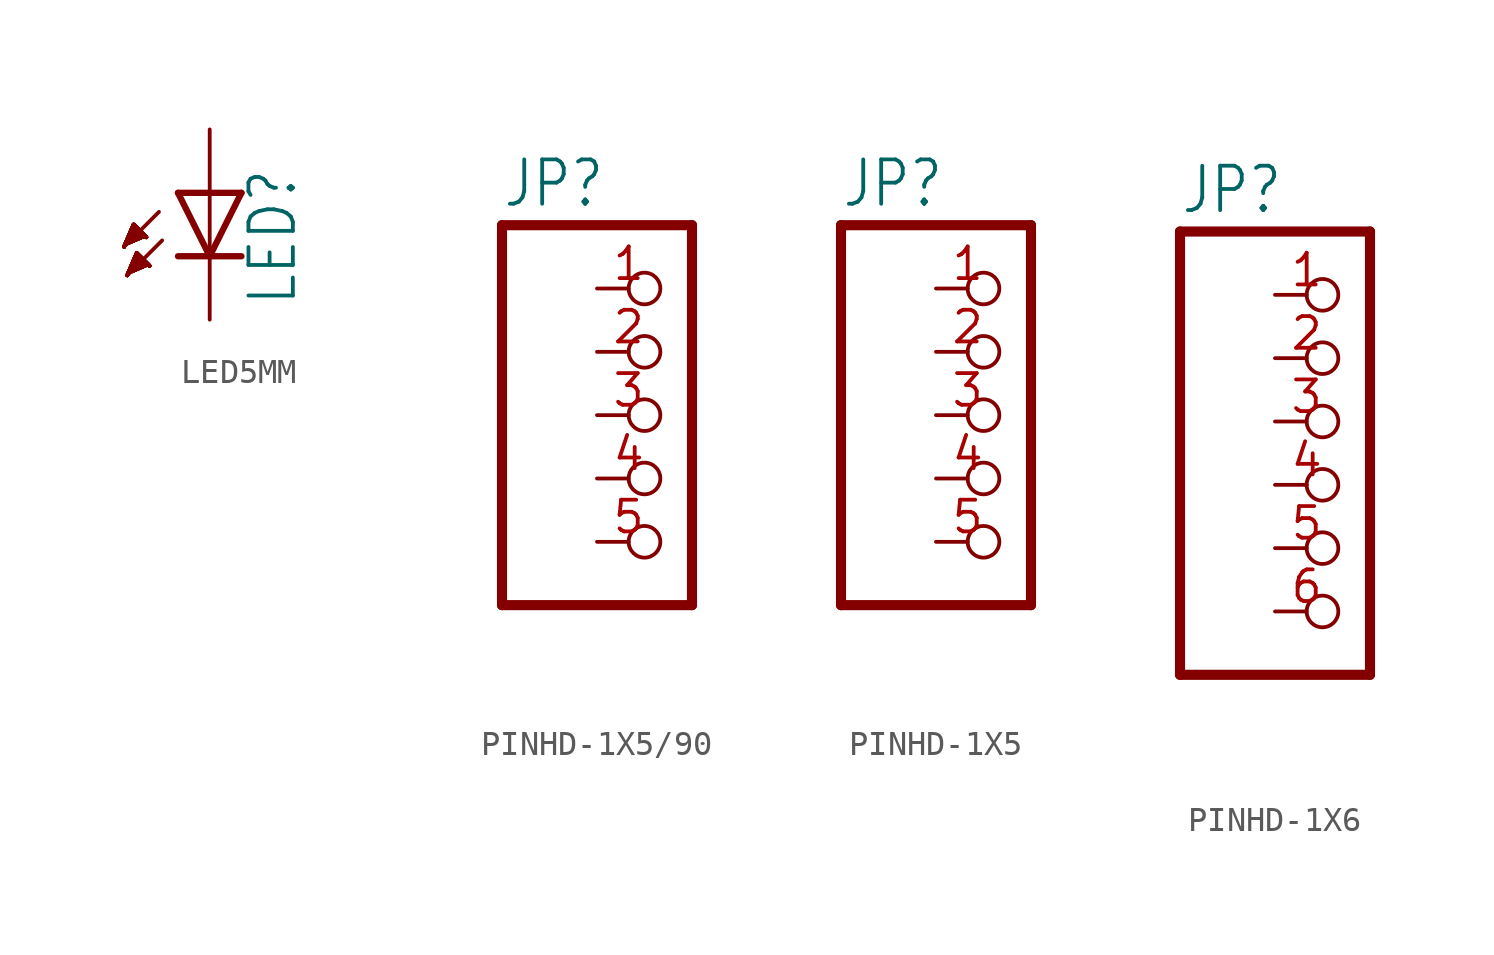
<source format=kicad_sym>
(kicad_symbol_lib
  (version 20220914)
  (generator kicad_symbol_editor)
  (symbol "LED5MM"
    (property "Reference" "LED"
      (at 3.556 -4.572 90)
      (effects (font (size 1.778 1.511)) (justify left bottom)))
    (property "Value" ""
      (at 5.715 -4.572 90)
      (effects (font (size 1.778 1.511)) (justify left bottom)))
    (property "ki_locked" ""
      (at 0 0 0)
      (effects (font (size 1.27 1.27))))
    (symbol "LED5MM_1_0"
      (polyline (pts (xy -2.032 -0.762) (xy -3.429 -2.159)) (stroke (width 0.152) (type solid)) (fill (type none)))
      (polyline (pts (xy -1.905 -1.905) (xy -3.302 -3.302)) (stroke (width 0.152) (type solid)) (fill (type none)))
      (polyline (pts (xy 0 -2.54) (xy -1.27 -2.54)) (stroke (width 0.254) (type solid)) (fill (type none)))
      (polyline (pts (xy 0 -2.54) (xy -1.27 0)) (stroke (width 0.254) (type solid)) (fill (type none)))
      (polyline (pts (xy 0 0) (xy -1.27 0)) (stroke (width 0.254) (type solid)) (fill (type none)))
      (polyline (pts (xy 0 0) (xy 0 -2.54)) (stroke (width 0.152) (type solid)) (fill (type none)))
      (polyline (pts (xy 1.27 -2.54) (xy 0 -2.54)) (stroke (width 0.254) (type solid)) (fill (type none)))
      (polyline (pts (xy 1.27 0) (xy 0 -2.54)) (stroke (width 0.254) (type solid)) (fill (type none)))
      (polyline (pts (xy 1.27 0) (xy 0 0)) (stroke (width 0.254) (type solid)) (fill (type none)))
      (polyline (pts (xy -3.429 -2.159) (xy -3.048 -1.27) (xy -2.54 -1.778)) (stroke (width 0.152) (type solid)) (fill (type outline)))
      (polyline (pts (xy -3.429 -2.159) (xy -3.048 -1.27) (xy -2.54 -1.778)) (stroke (width 0.152) (type solid)) (fill (type outline)))
      (polyline (pts (xy -3.429 -2.159) (xy -3.048 -1.27) (xy -2.54 -1.778)) (stroke (width 0.152) (type solid)) (fill (type outline)))
      (polyline (pts (xy -3.429 -2.159) (xy -3.048 -1.27) (xy -2.54 -1.778)) (stroke (width 0.152) (type solid)) (fill (type outline)))
      (polyline (pts (xy -3.429 -2.159) (xy -3.048 -1.27) (xy -2.54 -1.778)) (stroke (width 0.152) (type solid)) (fill (type outline)))
      (polyline (pts (xy -3.429 -2.159) (xy -3.048 -1.27) (xy -2.54 -1.778)) (stroke (width 0.152) (type solid)) (fill (type outline)))
      (polyline (pts (xy -3.429 -2.159) (xy -3.048 -1.27) (xy -2.54 -1.778)) (stroke (width 0.152) (type solid)) (fill (type outline)))
      (polyline (pts (xy -3.429 -2.159) (xy -3.048 -1.27) (xy -2.54 -1.778)) (stroke (width 0.152) (type solid)) (fill (type outline)))
      (polyline (pts (xy -3.429 -2.159) (xy -3.048 -1.27) (xy -2.54 -1.778)) (stroke (width 0.152) (type solid)) (fill (type outline)))
      (polyline (pts (xy -3.429 -2.159) (xy -3.048 -1.27) (xy -2.54 -1.778)) (stroke (width 0.152) (type solid)) (fill (type outline)))
      (polyline (pts (xy -3.429 -2.159) (xy -3.048 -1.27) (xy -2.54 -1.778)) (stroke (width 0.152) (type solid)) (fill (type outline)))
      (polyline (pts (xy -3.302 -3.302) (xy -2.921 -2.413) (xy -2.413 -2.921)) (stroke (width 0.152) (type solid)) (fill (type outline)))
      (polyline (pts (xy -3.302 -3.302) (xy -2.921 -2.413) (xy -2.413 -2.921)) (stroke (width 0.152) (type solid)) (fill (type outline)))
      (polyline (pts (xy -3.302 -3.302) (xy -2.921 -2.413) (xy -2.413 -2.921)) (stroke (width 0.152) (type solid)) (fill (type outline)))
      (polyline (pts (xy -3.302 -3.302) (xy -2.921 -2.413) (xy -2.413 -2.921)) (stroke (width 0.152) (type solid)) (fill (type outline)))
      (polyline (pts (xy -3.302 -3.302) (xy -2.921 -2.413) (xy -2.413 -2.921)) (stroke (width 0.152) (type solid)) (fill (type outline)))
      (polyline (pts (xy -3.302 -3.302) (xy -2.921 -2.413) (xy -2.413 -2.921)) (stroke (width 0.152) (type solid)) (fill (type outline)))
      (polyline (pts (xy -3.302 -3.302) (xy -2.921 -2.413) (xy -2.413 -2.921)) (stroke (width 0.152) (type solid)) (fill (type outline)))
      (polyline (pts (xy -3.302 -3.302) (xy -2.921 -2.413) (xy -2.413 -2.921)) (stroke (width 0.152) (type solid)) (fill (type outline)))
      (polyline (pts (xy -3.302 -3.302) (xy -2.921 -2.413) (xy -2.413 -2.921)) (stroke (width 0.152) (type solid)) (fill (type outline)))
      (polyline (pts (xy -3.302 -3.302) (xy -2.921 -2.413) (xy -2.413 -2.921)) (stroke (width 0.152) (type solid)) (fill (type outline)))
      (polyline (pts (xy -3.302 -3.302) (xy -2.921 -2.413) (xy -2.413 -2.921)) (stroke (width 0.152) (type solid)) (fill (type outline)))
      (pin passive line (at 0 2.54 270) (length 2.54) (name "A" (effects (font (size 0 0)))) (number "A" (effects (font (size 0 0)))))
      (pin passive line (at 0 -5.08 90) (length 2.54) (name "C" (effects (font (size 0 0)))) (number "K" (effects (font (size 0 0)))))))
  (symbol "PINHD-1X5/90"
    (property "Reference" "JP"
      (at -6.35 8.255 0)
      (effects (font (size 1.778 1.511)) (justify left bottom)))
    (property "Value" ""
      (at -6.35 -10.16 0)
      (effects (font (size 1.778 1.511)) (justify left bottom)))
    (property "ki_locked" ""
      (at 0 0 0)
      (effects (font (size 1.27 1.27))))
    (symbol "PINHD-1X5/90_1_0"
      (polyline (pts (xy -6.35 -7.62) (xy 1.27 -7.62)) (stroke (width 0.406) (type solid)) (fill (type none)))
      (polyline (pts (xy -6.35 7.62) (xy -6.35 -7.62)) (stroke (width 0.406) (type solid)) (fill (type none)))
      (polyline (pts (xy 1.27 -7.62) (xy 1.27 7.62)) (stroke (width 0.406) (type solid)) (fill (type none)))
      (polyline (pts (xy 1.27 7.62) (xy -6.35 7.62)) (stroke (width 0.406) (type solid)) (fill (type none)))
      (pin passive inverted (at -2.54 5.08 0) (length 2.54) (name "1" (effects (font (size 0 0)))) (number "1" (effects (font (size 1.27 1.27)))))
      (pin passive inverted (at -2.54 2.54 0) (length 2.54) (name "2" (effects (font (size 0 0)))) (number "2" (effects (font (size 1.27 1.27)))))
      (pin passive inverted (at -2.54 0 0) (length 2.54) (name "3" (effects (font (size 0 0)))) (number "3" (effects (font (size 1.27 1.27)))))
      (pin passive inverted (at -2.54 -2.54 0) (length 2.54) (name "4" (effects (font (size 0 0)))) (number "4" (effects (font (size 1.27 1.27)))))
      (pin passive inverted (at -2.54 -5.08 0) (length 2.54) (name "5" (effects (font (size 0 0)))) (number "5" (effects (font (size 1.27 1.27)))))))
  (symbol "PINHD-1X5"
    (property "Reference" "JP"
      (at -6.35 8.255 0)
      (effects (font (size 1.778 1.511)) (justify left bottom)))
    (property "Value" ""
      (at -6.35 -10.16 0)
      (effects (font (size 1.778 1.511)) (justify left bottom)))
    (property "ki_locked" ""
      (at 0 0 0)
      (effects (font (size 1.27 1.27))))
    (symbol "PINHD-1X5_1_0"
      (polyline (pts (xy -6.35 -7.62) (xy 1.27 -7.62)) (stroke (width 0.406) (type solid)) (fill (type none)))
      (polyline (pts (xy -6.35 7.62) (xy -6.35 -7.62)) (stroke (width 0.406) (type solid)) (fill (type none)))
      (polyline (pts (xy 1.27 -7.62) (xy 1.27 7.62)) (stroke (width 0.406) (type solid)) (fill (type none)))
      (polyline (pts (xy 1.27 7.62) (xy -6.35 7.62)) (stroke (width 0.406) (type solid)) (fill (type none)))
      (pin passive inverted (at -2.54 5.08 0) (length 2.54) (name "1" (effects (font (size 0 0)))) (number "1" (effects (font (size 1.27 1.27)))))
      (pin passive inverted (at -2.54 2.54 0) (length 2.54) (name "2" (effects (font (size 0 0)))) (number "2" (effects (font (size 1.27 1.27)))))
      (pin passive inverted (at -2.54 0 0) (length 2.54) (name "3" (effects (font (size 0 0)))) (number "3" (effects (font (size 1.27 1.27)))))
      (pin passive inverted (at -2.54 -2.54 0) (length 2.54) (name "4" (effects (font (size 0 0)))) (number "4" (effects (font (size 1.27 1.27)))))
      (pin passive inverted (at -2.54 -5.08 0) (length 2.54) (name "5" (effects (font (size 0 0)))) (number "5" (effects (font (size 1.27 1.27)))))))
  (symbol "PINHD-1X6"
    (property "Reference" "JP"
      (at -6.35 10.795 0)
      (effects (font (size 1.778 1.511)) (justify left bottom)))
    (property "Value" ""
      (at -6.35 -10.16 0)
      (effects (font (size 1.778 1.511)) (justify left bottom)))
    (property "ki_locked" ""
      (at 0 0 0)
      (effects (font (size 1.27 1.27))))
    (symbol "PINHD-1X6_1_0"
      (polyline (pts (xy -6.35 -7.62) (xy 1.27 -7.62)) (stroke (width 0.406) (type solid)) (fill (type none)))
      (polyline (pts (xy -6.35 10.16) (xy -6.35 -7.62)) (stroke (width 0.406) (type solid)) (fill (type none)))
      (polyline (pts (xy 1.27 -7.62) (xy 1.27 10.16)) (stroke (width 0.406) (type solid)) (fill (type none)))
      (polyline (pts (xy 1.27 10.16) (xy -6.35 10.16)) (stroke (width 0.406) (type solid)) (fill (type none)))
      (pin passive inverted (at -2.54 7.62 0) (length 2.54) (name "1" (effects (font (size 0 0)))) (number "1" (effects (font (size 1.27 1.27)))))
      (pin passive inverted (at -2.54 5.08 0) (length 2.54) (name "2" (effects (font (size 0 0)))) (number "2" (effects (font (size 1.27 1.27)))))
      (pin passive inverted (at -2.54 2.54 0) (length 2.54) (name "3" (effects (font (size 0 0)))) (number "3" (effects (font (size 1.27 1.27)))))
      (pin passive inverted (at -2.54 0 0) (length 2.54) (name "4" (effects (font (size 0 0)))) (number "4" (effects (font (size 1.27 1.27)))))
      (pin passive inverted (at -2.54 -2.54 0) (length 2.54) (name "5" (effects (font (size 0 0)))) (number "5" (effects (font (size 1.27 1.27)))))
      (pin passive inverted (at -2.54 -5.08 0) (length 2.54) (name "6" (effects (font (size 0 0)))) (number "6" (effects (font (size 1.27 1.27))))))))
</source>
